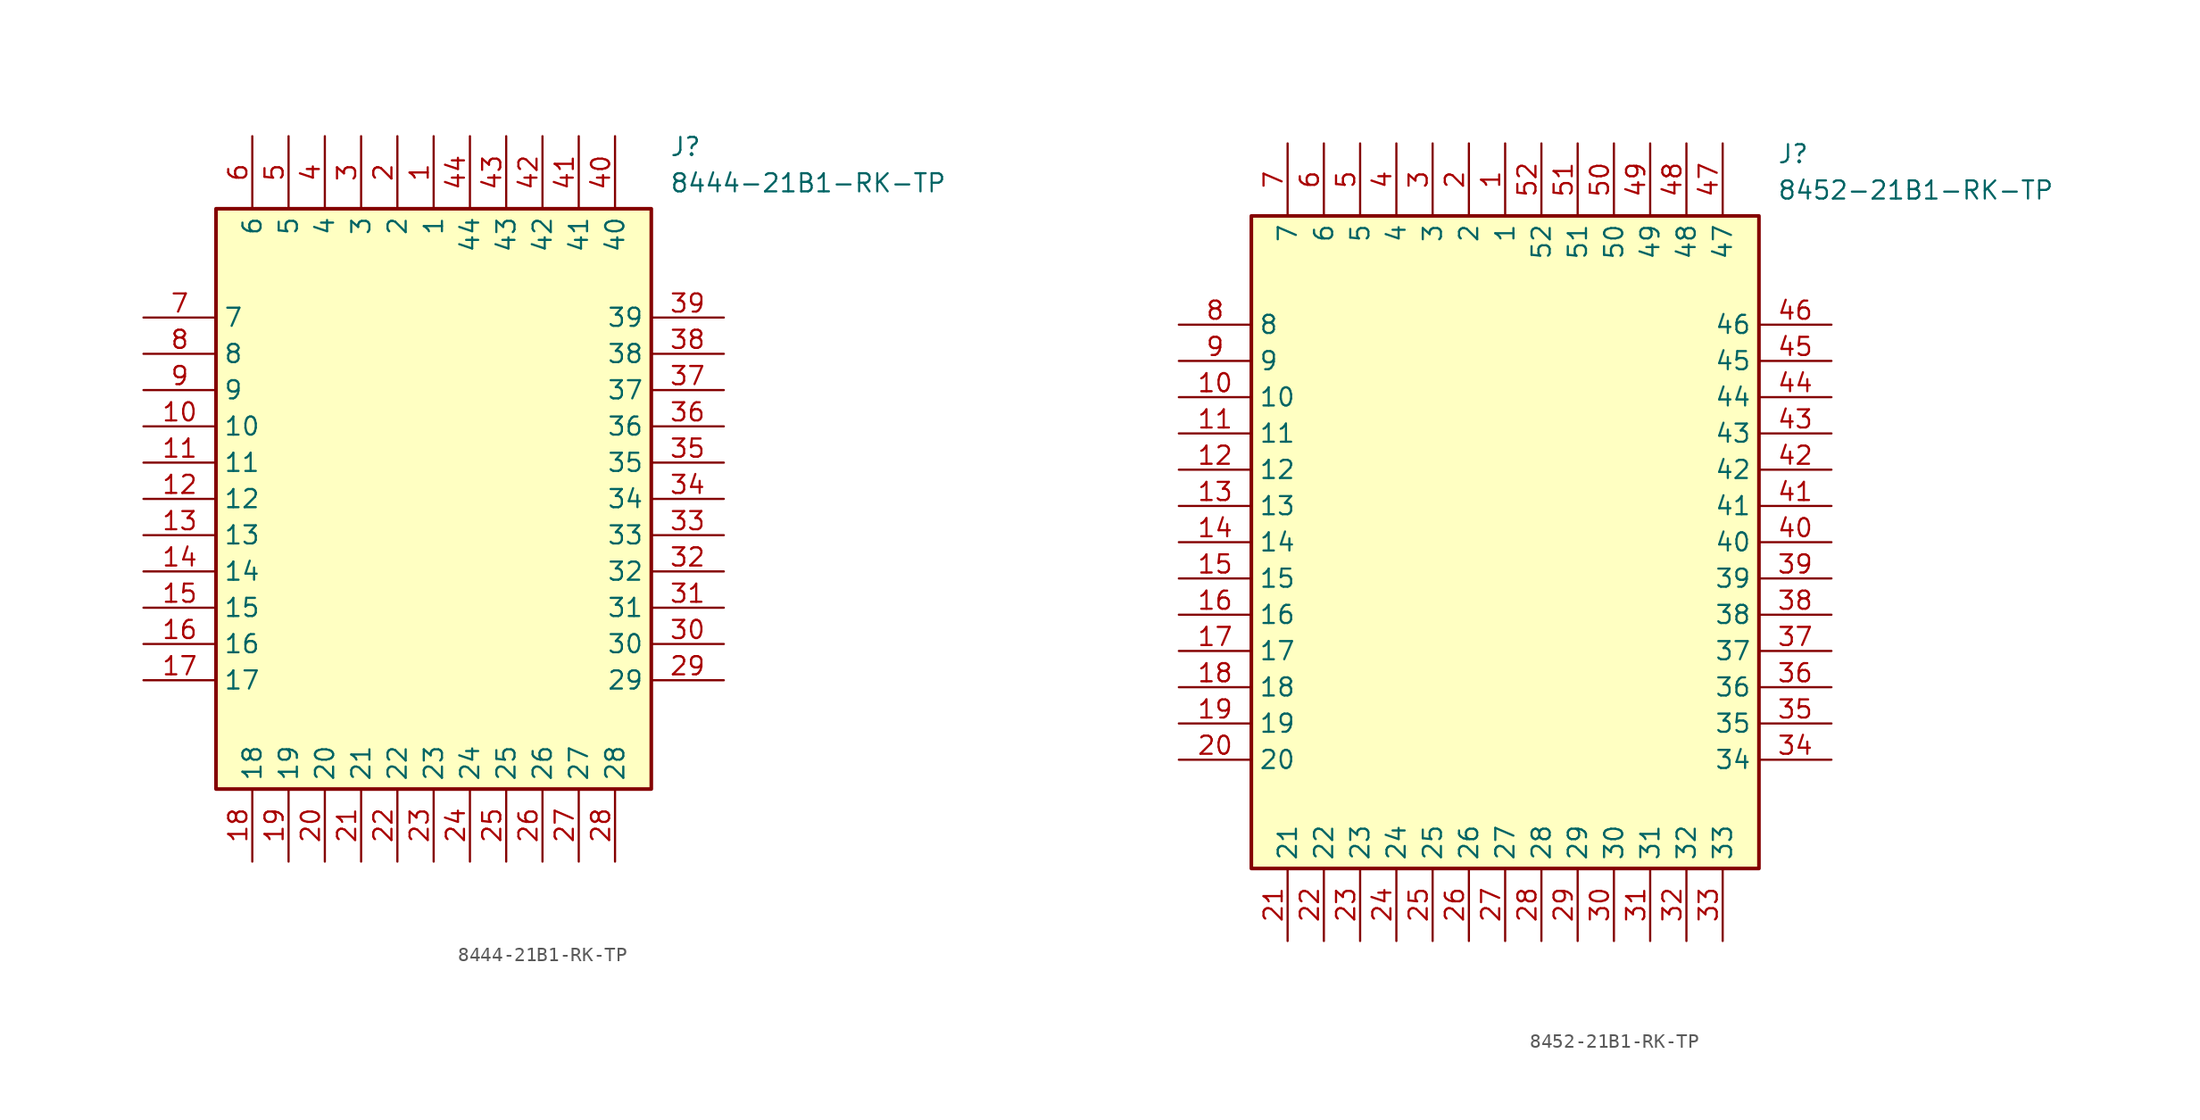
<source format=kicad_sym>
(kicad_symbol_lib
  (version 20231120)
  (generator "kicad_symbol_editor")
  (generator_version "8.0")
  (symbol "8444-21B1-RK-TP"
    (property "Reference" "J"
      (at 36.83 12.7 0)
      (effects (font (size 1.27 1.27)) (justify left top)))
    (property "Value" "8444-21B1-RK-TP"
      (at 36.83 10.16 0)
      (effects (font (size 1.27 1.27)) (justify left top)))
    (symbol "8444-21B1-RK-TP_1_1"
      (rectangle (start 5.08 7.62) (end 35.56 -33.02) (stroke (width 0.254) (type default)) (fill (type background)))
      (pin passive line (at 20.32 12.7 270) (length 5.08) (name "1" (effects (font (size 1.27 1.27)))) (number "1" (effects (font (size 1.27 1.27)))))
      (pin passive line (at 0 -7.62 0) (length 5.08) (name "10" (effects (font (size 1.27 1.27)))) (number "10" (effects (font (size 1.27 1.27)))))
      (pin passive line (at 0 -10.16 0) (length 5.08) (name "11" (effects (font (size 1.27 1.27)))) (number "11" (effects (font (size 1.27 1.27)))))
      (pin passive line (at 0 -12.7 0) (length 5.08) (name "12" (effects (font (size 1.27 1.27)))) (number "12" (effects (font (size 1.27 1.27)))))
      (pin passive line (at 0 -15.24 0) (length 5.08) (name "13" (effects (font (size 1.27 1.27)))) (number "13" (effects (font (size 1.27 1.27)))))
      (pin passive line (at 0 -17.78 0) (length 5.08) (name "14" (effects (font (size 1.27 1.27)))) (number "14" (effects (font (size 1.27 1.27)))))
      (pin passive line (at 0 -20.32 0) (length 5.08) (name "15" (effects (font (size 1.27 1.27)))) (number "15" (effects (font (size 1.27 1.27)))))
      (pin passive line (at 0 -22.86 0) (length 5.08) (name "16" (effects (font (size 1.27 1.27)))) (number "16" (effects (font (size 1.27 1.27)))))
      (pin passive line (at 0 -25.4 0) (length 5.08) (name "17" (effects (font (size 1.27 1.27)))) (number "17" (effects (font (size 1.27 1.27)))))
      (pin passive line (at 7.62 -38.1 90) (length 5.08) (name "18" (effects (font (size 1.27 1.27)))) (number "18" (effects (font (size 1.27 1.27)))))
      (pin passive line (at 10.16 -38.1 90) (length 5.08) (name "19" (effects (font (size 1.27 1.27)))) (number "19" (effects (font (size 1.27 1.27)))))
      (pin passive line (at 17.78 12.7 270) (length 5.08) (name "2" (effects (font (size 1.27 1.27)))) (number "2" (effects (font (size 1.27 1.27)))))
      (pin passive line (at 12.7 -38.1 90) (length 5.08) (name "20" (effects (font (size 1.27 1.27)))) (number "20" (effects (font (size 1.27 1.27)))))
      (pin passive line (at 15.24 -38.1 90) (length 5.08) (name "21" (effects (font (size 1.27 1.27)))) (number "21" (effects (font (size 1.27 1.27)))))
      (pin passive line (at 17.78 -38.1 90) (length 5.08) (name "22" (effects (font (size 1.27 1.27)))) (number "22" (effects (font (size 1.27 1.27)))))
      (pin passive line (at 20.32 -38.1 90) (length 5.08) (name "23" (effects (font (size 1.27 1.27)))) (number "23" (effects (font (size 1.27 1.27)))))
      (pin passive line (at 22.86 -38.1 90) (length 5.08) (name "24" (effects (font (size 1.27 1.27)))) (number "24" (effects (font (size 1.27 1.27)))))
      (pin passive line (at 25.4 -38.1 90) (length 5.08) (name "25" (effects (font (size 1.27 1.27)))) (number "25" (effects (font (size 1.27 1.27)))))
      (pin passive line (at 27.94 -38.1 90) (length 5.08) (name "26" (effects (font (size 1.27 1.27)))) (number "26" (effects (font (size 1.27 1.27)))))
      (pin passive line (at 30.48 -38.1 90) (length 5.08) (name "27" (effects (font (size 1.27 1.27)))) (number "27" (effects (font (size 1.27 1.27)))))
      (pin passive line (at 33.02 -38.1 90) (length 5.08) (name "28" (effects (font (size 1.27 1.27)))) (number "28" (effects (font (size 1.27 1.27)))))
      (pin passive line (at 40.64 -25.4 180) (length 5.08) (name "29" (effects (font (size 1.27 1.27)))) (number "29" (effects (font (size 1.27 1.27)))))
      (pin passive line (at 15.24 12.7 270) (length 5.08) (name "3" (effects (font (size 1.27 1.27)))) (number "3" (effects (font (size 1.27 1.27)))))
      (pin passive line (at 40.64 -22.86 180) (length 5.08) (name "30" (effects (font (size 1.27 1.27)))) (number "30" (effects (font (size 1.27 1.27)))))
      (pin passive line (at 40.64 -20.32 180) (length 5.08) (name "31" (effects (font (size 1.27 1.27)))) (number "31" (effects (font (size 1.27 1.27)))))
      (pin passive line (at 40.64 -17.78 180) (length 5.08) (name "32" (effects (font (size 1.27 1.27)))) (number "32" (effects (font (size 1.27 1.27)))))
      (pin passive line (at 40.64 -15.24 180) (length 5.08) (name "33" (effects (font (size 1.27 1.27)))) (number "33" (effects (font (size 1.27 1.27)))))
      (pin passive line (at 40.64 -12.7 180) (length 5.08) (name "34" (effects (font (size 1.27 1.27)))) (number "34" (effects (font (size 1.27 1.27)))))
      (pin passive line (at 40.64 -10.16 180) (length 5.08) (name "35" (effects (font (size 1.27 1.27)))) (number "35" (effects (font (size 1.27 1.27)))))
      (pin passive line (at 40.64 -7.62 180) (length 5.08) (name "36" (effects (font (size 1.27 1.27)))) (number "36" (effects (font (size 1.27 1.27)))))
      (pin passive line (at 40.64 -5.08 180) (length 5.08) (name "37" (effects (font (size 1.27 1.27)))) (number "37" (effects (font (size 1.27 1.27)))))
      (pin passive line (at 40.64 -2.54 180) (length 5.08) (name "38" (effects (font (size 1.27 1.27)))) (number "38" (effects (font (size 1.27 1.27)))))
      (pin passive line (at 40.64 0 180) (length 5.08) (name "39" (effects (font (size 1.27 1.27)))) (number "39" (effects (font (size 1.27 1.27)))))
      (pin passive line (at 12.7 12.7 270) (length 5.08) (name "4" (effects (font (size 1.27 1.27)))) (number "4" (effects (font (size 1.27 1.27)))))
      (pin passive line (at 33.02 12.7 270) (length 5.08) (name "40" (effects (font (size 1.27 1.27)))) (number "40" (effects (font (size 1.27 1.27)))))
      (pin passive line (at 30.48 12.7 270) (length 5.08) (name "41" (effects (font (size 1.27 1.27)))) (number "41" (effects (font (size 1.27 1.27)))))
      (pin passive line (at 27.94 12.7 270) (length 5.08) (name "42" (effects (font (size 1.27 1.27)))) (number "42" (effects (font (size 1.27 1.27)))))
      (pin passive line (at 25.4 12.7 270) (length 5.08) (name "43" (effects (font (size 1.27 1.27)))) (number "43" (effects (font (size 1.27 1.27)))))
      (pin passive line (at 22.86 12.7 270) (length 5.08) (name "44" (effects (font (size 1.27 1.27)))) (number "44" (effects (font (size 1.27 1.27)))))
      (pin passive line (at 10.16 12.7 270) (length 5.08) (name "5" (effects (font (size 1.27 1.27)))) (number "5" (effects (font (size 1.27 1.27)))))
      (pin passive line (at 7.62 12.7 270) (length 5.08) (name "6" (effects (font (size 1.27 1.27)))) (number "6" (effects (font (size 1.27 1.27)))))
      (pin passive line (at 0 0 0) (length 5.08) (name "7" (effects (font (size 1.27 1.27)))) (number "7" (effects (font (size 1.27 1.27)))))
      (pin passive line (at 0 -2.54 0) (length 5.08) (name "8" (effects (font (size 1.27 1.27)))) (number "8" (effects (font (size 1.27 1.27)))))
      (pin passive line (at 0 -5.08 0) (length 5.08) (name "9" (effects (font (size 1.27 1.27)))) (number "9" (effects (font (size 1.27 1.27)))))))
  (symbol "8452-21B1-RK-TP"
    (property "Reference" "J"
      (at 41.91 12.7 0)
      (effects (font (size 1.27 1.27)) (justify left top)))
    (property "Value" "8452-21B1-RK-TP"
      (at 41.91 10.16 0)
      (effects (font (size 1.27 1.27)) (justify left top)))
    (symbol "8452-21B1-RK-TP_1_1"
      (rectangle (start 5.08 7.62) (end 40.64 -38.1) (stroke (width 0.254) (type default)) (fill (type background)))
      (pin passive line (at 22.86 12.7 270) (length 5.08) (name "1" (effects (font (size 1.27 1.27)))) (number "1" (effects (font (size 1.27 1.27)))))
      (pin passive line (at 0 -5.08 0) (length 5.08) (name "10" (effects (font (size 1.27 1.27)))) (number "10" (effects (font (size 1.27 1.27)))))
      (pin passive line (at 0 -7.62 0) (length 5.08) (name "11" (effects (font (size 1.27 1.27)))) (number "11" (effects (font (size 1.27 1.27)))))
      (pin passive line (at 0 -10.16 0) (length 5.08) (name "12" (effects (font (size 1.27 1.27)))) (number "12" (effects (font (size 1.27 1.27)))))
      (pin passive line (at 0 -12.7 0) (length 5.08) (name "13" (effects (font (size 1.27 1.27)))) (number "13" (effects (font (size 1.27 1.27)))))
      (pin passive line (at 0 -15.24 0) (length 5.08) (name "14" (effects (font (size 1.27 1.27)))) (number "14" (effects (font (size 1.27 1.27)))))
      (pin passive line (at 0 -17.78 0) (length 5.08) (name "15" (effects (font (size 1.27 1.27)))) (number "15" (effects (font (size 1.27 1.27)))))
      (pin passive line (at 0 -20.32 0) (length 5.08) (name "16" (effects (font (size 1.27 1.27)))) (number "16" (effects (font (size 1.27 1.27)))))
      (pin passive line (at 0 -22.86 0) (length 5.08) (name "17" (effects (font (size 1.27 1.27)))) (number "17" (effects (font (size 1.27 1.27)))))
      (pin passive line (at 0 -25.4 0) (length 5.08) (name "18" (effects (font (size 1.27 1.27)))) (number "18" (effects (font (size 1.27 1.27)))))
      (pin passive line (at 0 -27.94 0) (length 5.08) (name "19" (effects (font (size 1.27 1.27)))) (number "19" (effects (font (size 1.27 1.27)))))
      (pin passive line (at 20.32 12.7 270) (length 5.08) (name "2" (effects (font (size 1.27 1.27)))) (number "2" (effects (font (size 1.27 1.27)))))
      (pin passive line (at 0 -30.48 0) (length 5.08) (name "20" (effects (font (size 1.27 1.27)))) (number "20" (effects (font (size 1.27 1.27)))))
      (pin passive line (at 7.62 -43.18 90) (length 5.08) (name "21" (effects (font (size 1.27 1.27)))) (number "21" (effects (font (size 1.27 1.27)))))
      (pin passive line (at 10.16 -43.18 90) (length 5.08) (name "22" (effects (font (size 1.27 1.27)))) (number "22" (effects (font (size 1.27 1.27)))))
      (pin passive line (at 12.7 -43.18 90) (length 5.08) (name "23" (effects (font (size 1.27 1.27)))) (number "23" (effects (font (size 1.27 1.27)))))
      (pin passive line (at 15.24 -43.18 90) (length 5.08) (name "24" (effects (font (size 1.27 1.27)))) (number "24" (effects (font (size 1.27 1.27)))))
      (pin passive line (at 17.78 -43.18 90) (length 5.08) (name "25" (effects (font (size 1.27 1.27)))) (number "25" (effects (font (size 1.27 1.27)))))
      (pin passive line (at 20.32 -43.18 90) (length 5.08) (name "26" (effects (font (size 1.27 1.27)))) (number "26" (effects (font (size 1.27 1.27)))))
      (pin passive line (at 22.86 -43.18 90) (length 5.08) (name "27" (effects (font (size 1.27 1.27)))) (number "27" (effects (font (size 1.27 1.27)))))
      (pin passive line (at 25.4 -43.18 90) (length 5.08) (name "28" (effects (font (size 1.27 1.27)))) (number "28" (effects (font (size 1.27 1.27)))))
      (pin passive line (at 27.94 -43.18 90) (length 5.08) (name "29" (effects (font (size 1.27 1.27)))) (number "29" (effects (font (size 1.27 1.27)))))
      (pin passive line (at 17.78 12.7 270) (length 5.08) (name "3" (effects (font (size 1.27 1.27)))) (number "3" (effects (font (size 1.27 1.27)))))
      (pin passive line (at 30.48 -43.18 90) (length 5.08) (name "30" (effects (font (size 1.27 1.27)))) (number "30" (effects (font (size 1.27 1.27)))))
      (pin passive line (at 33.02 -43.18 90) (length 5.08) (name "31" (effects (font (size 1.27 1.27)))) (number "31" (effects (font (size 1.27 1.27)))))
      (pin passive line (at 35.56 -43.18 90) (length 5.08) (name "32" (effects (font (size 1.27 1.27)))) (number "32" (effects (font (size 1.27 1.27)))))
      (pin passive line (at 38.1 -43.18 90) (length 5.08) (name "33" (effects (font (size 1.27 1.27)))) (number "33" (effects (font (size 1.27 1.27)))))
      (pin passive line (at 45.72 -30.48 180) (length 5.08) (name "34" (effects (font (size 1.27 1.27)))) (number "34" (effects (font (size 1.27 1.27)))))
      (pin passive line (at 45.72 -27.94 180) (length 5.08) (name "35" (effects (font (size 1.27 1.27)))) (number "35" (effects (font (size 1.27 1.27)))))
      (pin passive line (at 45.72 -25.4 180) (length 5.08) (name "36" (effects (font (size 1.27 1.27)))) (number "36" (effects (font (size 1.27 1.27)))))
      (pin passive line (at 45.72 -22.86 180) (length 5.08) (name "37" (effects (font (size 1.27 1.27)))) (number "37" (effects (font (size 1.27 1.27)))))
      (pin passive line (at 45.72 -20.32 180) (length 5.08) (name "38" (effects (font (size 1.27 1.27)))) (number "38" (effects (font (size 1.27 1.27)))))
      (pin passive line (at 45.72 -17.78 180) (length 5.08) (name "39" (effects (font (size 1.27 1.27)))) (number "39" (effects (font (size 1.27 1.27)))))
      (pin passive line (at 15.24 12.7 270) (length 5.08) (name "4" (effects (font (size 1.27 1.27)))) (number "4" (effects (font (size 1.27 1.27)))))
      (pin passive line (at 45.72 -15.24 180) (length 5.08) (name "40" (effects (font (size 1.27 1.27)))) (number "40" (effects (font (size 1.27 1.27)))))
      (pin passive line (at 45.72 -12.7 180) (length 5.08) (name "41" (effects (font (size 1.27 1.27)))) (number "41" (effects (font (size 1.27 1.27)))))
      (pin passive line (at 45.72 -10.16 180) (length 5.08) (name "42" (effects (font (size 1.27 1.27)))) (number "42" (effects (font (size 1.27 1.27)))))
      (pin passive line (at 45.72 -7.62 180) (length 5.08) (name "43" (effects (font (size 1.27 1.27)))) (number "43" (effects (font (size 1.27 1.27)))))
      (pin passive line (at 45.72 -5.08 180) (length 5.08) (name "44" (effects (font (size 1.27 1.27)))) (number "44" (effects (font (size 1.27 1.27)))))
      (pin passive line (at 45.72 -2.54 180) (length 5.08) (name "45" (effects (font (size 1.27 1.27)))) (number "45" (effects (font (size 1.27 1.27)))))
      (pin passive line (at 45.72 0 180) (length 5.08) (name "46" (effects (font (size 1.27 1.27)))) (number "46" (effects (font (size 1.27 1.27)))))
      (pin passive line (at 38.1 12.7 270) (length 5.08) (name "47" (effects (font (size 1.27 1.27)))) (number "47" (effects (font (size 1.27 1.27)))))
      (pin passive line (at 35.56 12.7 270) (length 5.08) (name "48" (effects (font (size 1.27 1.27)))) (number "48" (effects (font (size 1.27 1.27)))))
      (pin passive line (at 33.02 12.7 270) (length 5.08) (name "49" (effects (font (size 1.27 1.27)))) (number "49" (effects (font (size 1.27 1.27)))))
      (pin passive line (at 12.7 12.7 270) (length 5.08) (name "5" (effects (font (size 1.27 1.27)))) (number "5" (effects (font (size 1.27 1.27)))))
      (pin passive line (at 30.48 12.7 270) (length 5.08) (name "50" (effects (font (size 1.27 1.27)))) (number "50" (effects (font (size 1.27 1.27)))))
      (pin passive line (at 27.94 12.7 270) (length 5.08) (name "51" (effects (font (size 1.27 1.27)))) (number "51" (effects (font (size 1.27 1.27)))))
      (pin passive line (at 25.4 12.7 270) (length 5.08) (name "52" (effects (font (size 1.27 1.27)))) (number "52" (effects (font (size 1.27 1.27)))))
      (pin passive line (at 10.16 12.7 270) (length 5.08) (name "6" (effects (font (size 1.27 1.27)))) (number "6" (effects (font (size 1.27 1.27)))))
      (pin passive line (at 7.62 12.7 270) (length 5.08) (name "7" (effects (font (size 1.27 1.27)))) (number "7" (effects (font (size 1.27 1.27)))))
      (pin passive line (at 0 0 0) (length 5.08) (name "8" (effects (font (size 1.27 1.27)))) (number "8" (effects (font (size 1.27 1.27)))))
      (pin passive line (at 0 -2.54 0) (length 5.08) (name "9" (effects (font (size 1.27 1.27)))) (number "9" (effects (font (size 1.27 1.27))))))))
</source>
